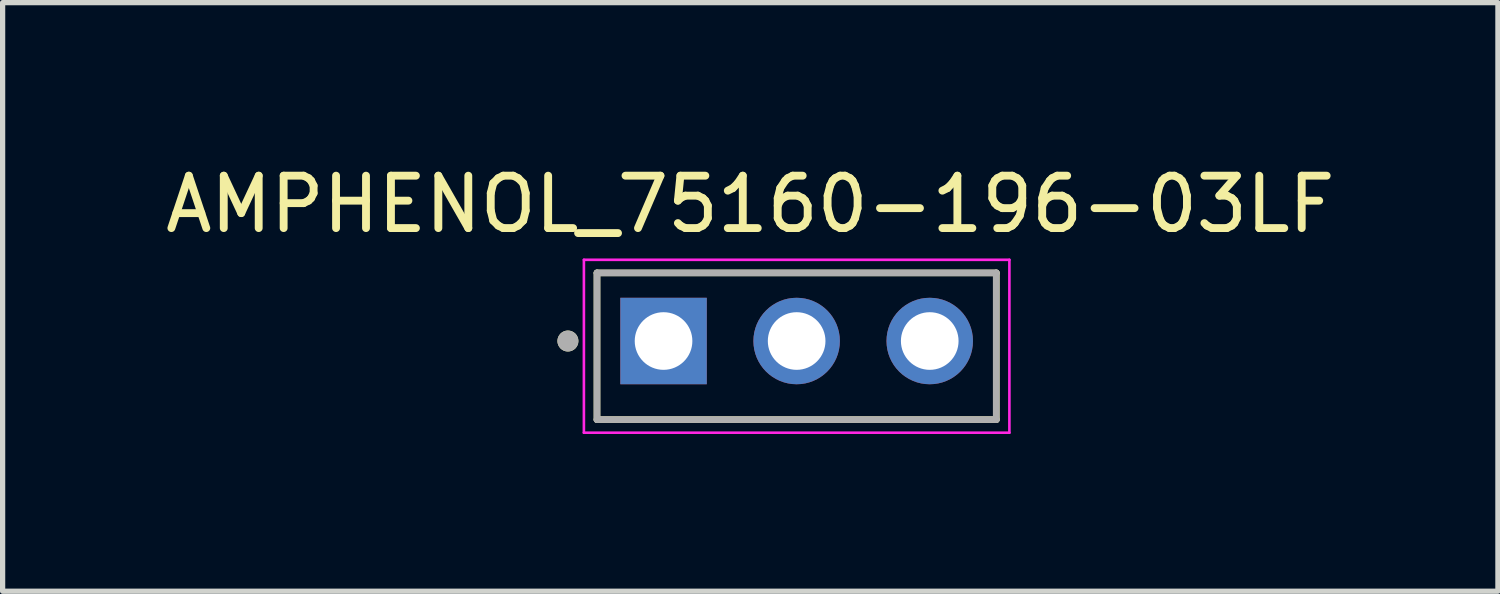
<source format=kicad_pcb>
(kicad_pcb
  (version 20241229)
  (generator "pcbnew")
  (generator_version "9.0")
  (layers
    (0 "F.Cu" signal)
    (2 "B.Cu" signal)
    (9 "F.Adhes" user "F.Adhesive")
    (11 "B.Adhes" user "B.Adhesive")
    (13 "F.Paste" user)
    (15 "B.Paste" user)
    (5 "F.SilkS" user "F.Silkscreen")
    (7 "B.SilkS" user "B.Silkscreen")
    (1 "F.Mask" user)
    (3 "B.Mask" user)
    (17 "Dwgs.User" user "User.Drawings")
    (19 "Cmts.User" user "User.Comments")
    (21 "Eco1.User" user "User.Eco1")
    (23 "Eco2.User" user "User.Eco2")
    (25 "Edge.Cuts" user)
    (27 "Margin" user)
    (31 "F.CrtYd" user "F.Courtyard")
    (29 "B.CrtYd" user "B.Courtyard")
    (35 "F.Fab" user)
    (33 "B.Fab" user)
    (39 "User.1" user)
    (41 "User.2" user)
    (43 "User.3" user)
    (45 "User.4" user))
  (footprint "AMPHENOL_75160-196-03LF"
    (layer "F.Cu")
    (at 12.153 3.558)
    (property "Reference" "AMPHENOL_75160-196-03LF" (at -0.885 -2.71 0) (layer "F.SilkS") (effects (font (size 1 1) (thickness 0.15))))
    (attr through_hole)
    (fp_line (start -3.81 -1.4) (end -3.81 1.4) (stroke (width 0.127) (type solid)) (layer "F.SilkS"))
    (fp_line (start -3.81 1.4) (end 3.81 1.4) (stroke (width 0.127) (type solid)) (layer "F.SilkS"))
    (fp_line (start 3.81 -1.4) (end -3.81 -1.4) (stroke (width 0.127) (type solid)) (layer "F.SilkS"))
    (fp_line (start 3.81 1.4) (end 3.81 -1.4) (stroke (width 0.127) (type solid)) (layer "F.SilkS"))
    (fp_circle (center -4.365 -0.1) (end -4.265 -0.1) (stroke (width 0.2) (type solid)) (fill no) (layer "F.SilkS"))
    (fp_line (start -4.06 -1.65) (end -4.06 1.65) (stroke (width 0.05) (type solid)) (layer "F.CrtYd"))
    (fp_line (start -4.06 1.65) (end 4.06 1.65) (stroke (width 0.05) (type solid)) (layer "F.CrtYd"))
    (fp_line (start 4.06 -1.65) (end -4.06 -1.65) (stroke (width 0.05) (type solid)) (layer "F.CrtYd"))
    (fp_line (start 4.06 1.65) (end 4.06 -1.65) (stroke (width 0.05) (type solid)) (layer "F.CrtYd"))
    (fp_line (start -3.81 -1.4) (end -3.81 1.4) (stroke (width 0.127) (type solid)) (layer "F.Fab"))
    (fp_line (start -3.81 1.4) (end 3.81 1.4) (stroke (width 0.127) (type solid)) (layer "F.Fab"))
    (fp_line (start 3.81 -1.4) (end -3.81 -1.4) (stroke (width 0.127) (type solid)) (layer "F.Fab"))
    (fp_line (start 3.81 1.4) (end 3.81 -1.4) (stroke (width 0.127) (type solid)) (layer "F.Fab"))
    (fp_circle (center -4.365 -0.1) (end -4.265 -0.1) (stroke (width 0.2) (type solid)) (fill no) (layer "F.Fab"))
    (pad "1" thru_hole rect (at -2.54 -0.1) (size 1.65 1.65) (drill 1.1) (layers "*.Cu" "*.Mask"))
    (pad "2" thru_hole circle (at 0 -0.1) (size 1.65 1.65) (drill 1.1) (layers "*.Cu" "*.Mask"))
    (pad "3" thru_hole circle (at 2.54 -0.1) (size 1.65 1.65) (drill 1.1) (layers "*.Cu" "*.Mask")))
  (gr_rect
    (start -3 -3)
    (end 25.536 8.233)
    (stroke (width 0.1) (type default))
    (fill no)
    (layer "Edge.Cuts")))
</source>
